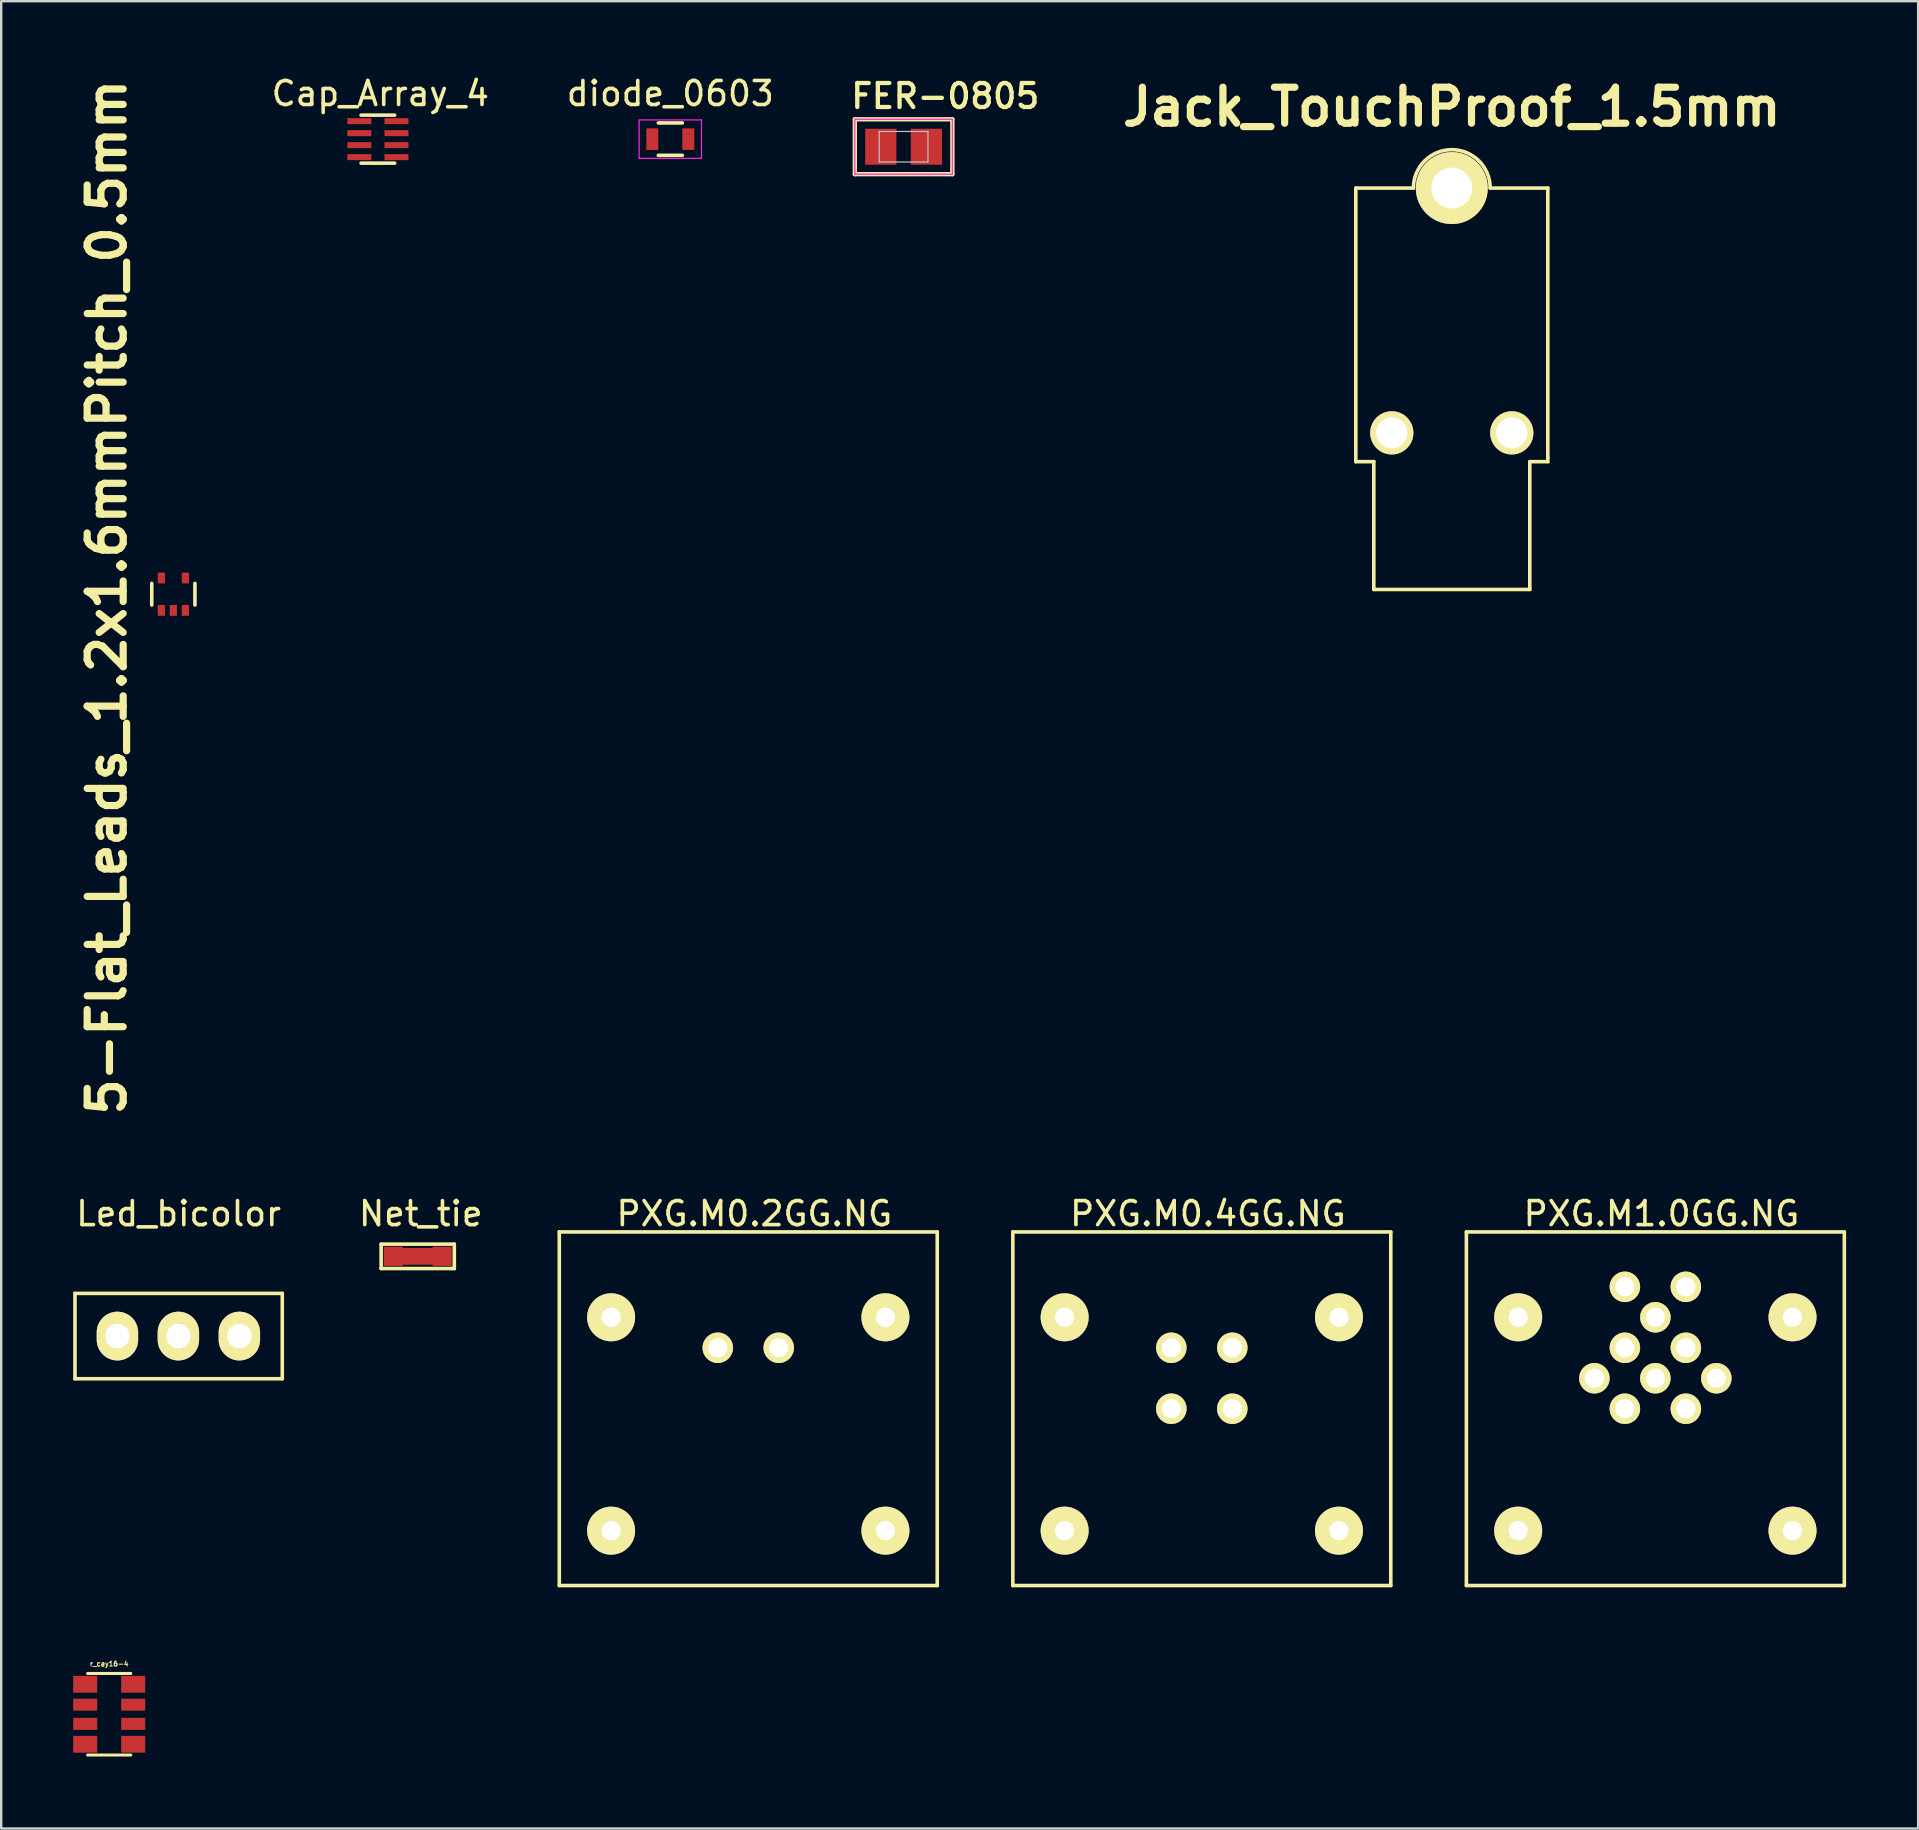
<source format=kicad_pcb>
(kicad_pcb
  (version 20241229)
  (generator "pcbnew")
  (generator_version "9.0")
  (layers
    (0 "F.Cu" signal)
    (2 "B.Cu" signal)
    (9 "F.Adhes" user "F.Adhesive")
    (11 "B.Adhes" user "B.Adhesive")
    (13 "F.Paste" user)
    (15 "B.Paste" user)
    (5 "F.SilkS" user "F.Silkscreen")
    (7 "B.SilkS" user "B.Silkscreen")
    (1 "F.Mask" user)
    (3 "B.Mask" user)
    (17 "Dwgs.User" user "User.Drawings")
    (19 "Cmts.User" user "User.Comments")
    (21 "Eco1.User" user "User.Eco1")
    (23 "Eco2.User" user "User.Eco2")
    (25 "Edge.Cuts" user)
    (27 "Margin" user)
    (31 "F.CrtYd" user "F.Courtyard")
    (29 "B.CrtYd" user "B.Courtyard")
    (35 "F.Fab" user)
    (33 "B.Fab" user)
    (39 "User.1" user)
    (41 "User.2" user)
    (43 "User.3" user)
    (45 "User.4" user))
  (footprint "Jack_TouchProof_1.5mm"
    (layer "F.Cu")
    (at 57.442 9.786)
    (property "Reference" "Jack_TouchProof_1.5mm" (at 0 -8.382 0) (layer "F.SilkS") (effects (font (size 1.5 1.5) (thickness 0.3))))
    (attr through_hole)
    (fp_line (start -4 -5) (end -4 6.4) (stroke (width 0.15) (type solid)) (layer "F.SilkS"))
    (fp_line (start -4 -5) (end -1.6 -5) (stroke (width 0.15) (type solid)) (layer "F.SilkS"))
    (fp_line (start -3.25 6.4) (end -4 6.4) (stroke (width 0.15) (type solid)) (layer "F.SilkS"))
    (fp_line (start -3.25 6.4) (end -3.25 11.725) (stroke (width 0.15) (type solid)) (layer "F.SilkS"))
    (fp_line (start 3.25 6.4) (end 3.25 11.725) (stroke (width 0.15) (type solid)) (layer "F.SilkS"))
    (fp_line (start 3.25 11.725) (end -3.25 11.725) (stroke (width 0.15) (type solid)) (layer "F.SilkS"))
    (fp_line (start 4 -5) (end 1.6 -5) (stroke (width 0.15) (type solid)) (layer "F.SilkS"))
    (fp_line (start 4 -5) (end 4 6.25) (stroke (width 0.15) (type solid)) (layer "F.SilkS"))
    (fp_line (start 4 6.25) (end 4 6.4) (stroke (width 0.15) (type solid)) (layer "F.SilkS"))
    (fp_line (start 4 6.4) (end 3.25 6.4) (stroke (width 0.15) (type solid)) (layer "F.SilkS"))
    (fp_arc (start -1.6 -5) (mid 0 -6.6) (end 1.6 -5) (stroke (width 0.15) (type solid)) (layer "F.SilkS"))
    (pad "1" thru_hole circle (at 0 -5) (size 3 3) (drill 1.7) (layers "*.Cu" "*.Mask" "F.SilkS"))
    (pad "2" thru_hole circle (at -2.5 5.2) (size 1.8 1.8) (drill 1.3) (layers "*.Cu" "*.Mask" "F.SilkS"))
    (pad "2" thru_hole circle (at 2.5 5.2) (size 1.8 1.8) (drill 1.3) (layers "*.Cu" "*.Mask" "F.SilkS")))
  (footprint "diode_0603"
    (layer "F.Cu")
    (at 24.88 2.748)
    (property "Reference" "diode_0603" (at 0 -1.9 0) (layer "F.SilkS") (effects (font (size 1 1) (thickness 0.15))))
    (attr smd)
    (fp_line (start -0.5 -0.675) (end 0.5 -0.675) (stroke (width 0.15) (type solid)) (layer "F.SilkS"))
    (fp_line (start 0.5 0.675) (end -0.5 0.675) (stroke (width 0.15) (type solid)) (layer "F.SilkS"))
    (fp_line (start -1.3 -0.8) (end -1.3 0.8) (stroke (width 0.05) (type solid)) (layer "F.CrtYd"))
    (fp_line (start -1.3 -0.8) (end 1.3 -0.8) (stroke (width 0.05) (type solid)) (layer "F.CrtYd"))
    (fp_line (start -1.3 0.8) (end 1.3 0.8) (stroke (width 0.05) (type solid)) (layer "F.CrtYd"))
    (fp_line (start 1.3 -0.8) (end 1.3 0.8) (stroke (width 0.05) (type solid)) (layer "F.CrtYd"))
    (pad "A" smd rect (at 0.75 0) (size 0.5 0.9) (layers "F.Cu" "F.Mask" "F.Paste"))
    (pad "C" smd rect (at -0.75 0) (size 0.5 0.9) (layers "F.Cu" "F.Mask" "F.Paste")))
  (footprint "Net_tie"
    (layer "F.Cu")
    (at 14.355 49.298)
    (property "Reference" "Net_tie" (at 0.127 -1.778 0) (layer "F.SilkS") (effects (font (size 1 1) (thickness 0.15))))
    (attr through_hole)
    (fp_line (start -1.016 0) (end 1.016 0) (stroke (width 0.7) (type solid)) (layer "F.Cu"))
    (fp_line (start -1.524 -0.508) (end -1.524 0.508) (stroke (width 0.15) (type solid)) (layer "F.SilkS"))
    (fp_line (start -1.524 0.508) (end 1.397 0.508) (stroke (width 0.15) (type solid)) (layer "F.SilkS"))
    (fp_line (start 1.397 0.508) (end 1.524 0.508) (stroke (width 0.15) (type solid)) (layer "F.SilkS"))
    (fp_line (start 1.524 -0.508) (end -1.524 -0.508) (stroke (width 0.15) (type solid)) (layer "F.SilkS"))
    (fp_line (start 1.524 0.508) (end 1.524 -0.508) (stroke (width 0.15) (type solid)) (layer "F.SilkS"))
    (pad "1" smd rect (at -1.016 0) (size 0.8 0.8) (layers "F.Cu" "F.Mask" "F.Paste"))
    (pad "2" smd rect (at 1.016 0) (size 0.8 0.8) (layers "F.Cu" "F.Mask" "F.Paste")))
  (footprint "r_cay16-4"
    (layer "F.Cu")
    (at 1.5 68.378)
    (property "Reference" "r_cay16-4" (at 0 -2.101 0) (layer "F.SilkS") (effects (font (size 0.201 0.201) (thickness 0.041))))
    (attr through_hole)
    (fp_line (start -0.899 -1.699) (end 0.899 -1.699) (stroke (width 0.127) (type solid)) (layer "F.SilkS"))
    (fp_line (start -0.899 1.699) (end 0.899 1.699) (stroke (width 0.127) (type solid)) (layer "F.SilkS"))
    (pad "1" smd rect (at 1 1.25) (size 1 0.7) (layers "F.Cu" "F.Mask" "F.Paste"))
    (pad "2" smd rect (at 1 0.4) (size 1 0.5) (layers "F.Cu" "F.Mask" "F.Paste"))
    (pad "3" smd rect (at 1 -0.4) (size 1 0.5) (layers "F.Cu" "F.Mask" "F.Paste"))
    (pad "4" smd rect (at 1 -1.25) (size 1 0.7) (layers "F.Cu" "F.Mask" "F.Paste"))
    (pad "5" smd rect (at -1 -1.25) (size 1 0.7) (layers "F.Cu" "F.Mask" "F.Paste"))
    (pad "6" smd rect (at -1 -0.4) (size 1 0.5) (layers "F.Cu" "F.Mask" "F.Paste"))
    (pad "7" smd rect (at -1 0.4) (size 1 0.5) (layers "F.Cu" "F.Mask" "F.Paste"))
    (pad "8" smd rect (at -1 1.25) (size 1 0.7) (layers "F.Cu" "F.Mask" "F.Paste")))
  (footprint "PXG.M1.0GG.NG"
    (layer "F.Cu")
    (at 65.924 56.283)
    (property "Reference" "PXG.M1.0GG.NG" (at 0.254 -8.763 0) (layer "F.SilkS") (effects (font (size 1 1) (thickness 0.15))))
    (attr through_hole)
    (fp_line (start -7.874 -8.001) (end 7.874 -8.001) (stroke (width 0.15) (type solid)) (layer "F.SilkS"))
    (fp_line (start -7.874 6.731) (end -7.874 -8.001) (stroke (width 0.15) (type solid)) (layer "F.SilkS"))
    (fp_line (start 7.874 -8.001) (end 7.874 6.731) (stroke (width 0.15) (type solid)) (layer "F.SilkS"))
    (fp_line (start 7.874 6.731) (end -7.874 6.731) (stroke (width 0.15) (type solid)) (layer "F.SilkS"))
    (pad "1" thru_hole circle (at -1.27 -5.715) (size 1.27 1.27) (drill 0.8) (layers "*.Cu" "*.Mask" "F.SilkS"))
    (pad "2" thru_hole circle (at -1.27 -3.175) (size 1.27 1.27) (drill 0.8) (layers "*.Cu" "*.Mask" "F.SilkS"))
    (pad "3" thru_hole circle (at -2.54 -1.905) (size 1.27 1.27) (drill 0.8) (layers "*.Cu" "*.Mask" "F.SilkS"))
    (pad "4" thru_hole circle (at -1.27 -0.635) (size 1.27 1.27) (drill 0.8) (layers "*.Cu" "*.Mask" "F.SilkS"))
    (pad "5" thru_hole circle (at 1.27 -0.635) (size 1.27 1.27) (drill 0.8) (layers "*.Cu" "*.Mask" "F.SilkS"))
    (pad "6" thru_hole circle (at 2.54 -1.905) (size 1.27 1.27) (drill 0.8) (layers "*.Cu" "*.Mask" "F.SilkS"))
    (pad "7" thru_hole circle (at 1.27 -3.175) (size 1.27 1.27) (drill 0.8) (layers "*.Cu" "*.Mask" "F.SilkS"))
    (pad "8" thru_hole circle (at 1.27 -5.715) (size 1.27 1.27) (drill 0.8) (layers "*.Cu" "*.Mask" "F.SilkS"))
    (pad "9" thru_hole circle (at 0 -4.445) (size 1.27 1.27) (drill 0.8) (layers "*.Cu" "*.Mask" "F.SilkS"))
    (pad "10" thru_hole circle (at 0 -1.905) (size 1.27 1.27) (drill 0.8) (layers "*.Cu" "*.Mask" "F.SilkS"))
    (pad "11" thru_hole circle (at -5.715 -4.445) (size 2 2) (drill 0.8) (layers "*.Cu" "*.Mask" "F.SilkS"))
    (pad "11" thru_hole circle (at -5.715 4.445) (size 2 2) (drill 0.8) (layers "*.Cu" "*.Mask" "F.SilkS"))
    (pad "11" thru_hole circle (at 5.715 -4.445) (size 2 2) (drill 0.8) (layers "*.Cu" "*.Mask" "F.SilkS"))
    (pad "11" thru_hole circle (at 5.715 4.445) (size 2 2) (drill 0.8) (layers "*.Cu" "*.Mask" "F.SilkS")))
  (footprint "FER-0805"
    (layer "F.Cu")
    (at 34.6 3.064)
    (property "Reference" "FER-0805" (at -2.286 -1.524 0) (layer "F.SilkS") (effects (font (size 1 1) (thickness 0.18)) (justify left bottom)))
    (attr through_hole)
    (fp_line (start -2.032 -1.143) (end -2.032 1.143) (stroke (width 0.18) (type solid)) (layer "F.SilkS"))
    (fp_line (start -2.032 1.143) (end 2.032 1.143) (stroke (width 0.18) (type solid)) (layer "F.SilkS"))
    (fp_line (start 2.032 -1.143) (end -2.032 -1.143) (stroke (width 0.18) (type solid)) (layer "F.SilkS"))
    (fp_line (start 2.032 1.143) (end 2.032 -1.143) (stroke (width 0.18) (type solid)) (layer "F.SilkS"))
    (fp_line (start -1.016 -0.635) (end 1.016 -0.635) (stroke (width 0.05) (type solid)) (layer "Dwgs.User"))
    (fp_line (start -1.016 0.635) (end -1.016 -0.635) (stroke (width 0.05) (type solid)) (layer "Dwgs.User"))
    (fp_line (start 1.016 -0.635) (end 1.016 0.635) (stroke (width 0.05) (type solid)) (layer "Dwgs.User"))
    (fp_line (start 1.016 0.635) (end -1.016 0.635) (stroke (width 0.05) (type solid)) (layer "Dwgs.User"))
    (fp_line (start -2.032 -1.143) (end 2.032 -1.143) (stroke (width 0.05) (type solid)) (layer "F.CrtYd"))
    (fp_line (start -2.032 1.143) (end -2.032 -1.143) (stroke (width 0.05) (type solid)) (layer "F.CrtYd"))
    (fp_line (start 2.032 -1.143) (end 2.032 1.143) (stroke (width 0.05) (type solid)) (layer "F.CrtYd"))
    (fp_line (start 2.032 1.143) (end -2.032 1.143) (stroke (width 0.05) (type solid)) (layer "F.CrtYd"))
    (pad "1" smd rect (at -0.95 0) (size 1.3 1.5) (layers "F.Cu" "F.Mask" "F.Paste"))
    (pad "2" smd rect (at 0.95 0) (size 1.3 1.5) (layers "F.Cu" "F.Mask" "F.Paste")))
  (footprint "Led_bicolor"
    (layer "F.Cu")
    (at 4.393 52.62)
    (property "Reference" "Led_bicolor" (at 0 -5.1 0) (layer "F.SilkS") (effects (font (size 1 1) (thickness 0.15))))
    (attr through_hole)
    (fp_line (start -4.318 -1.778) (end -4.318 1.778) (stroke (width 0.15) (type solid)) (layer "F.SilkS"))
    (fp_line (start -4.318 1.778) (end 4.318 1.778) (stroke (width 0.15) (type solid)) (layer "F.SilkS"))
    (fp_line (start 4.318 -1.778) (end -4.318 -1.778) (stroke (width 0.15) (type solid)) (layer "F.SilkS"))
    (fp_line (start 4.318 1.778) (end 4.318 -1.778) (stroke (width 0.15) (type solid)) (layer "F.SilkS"))
    (pad "1" thru_hole oval (at -2.55 0) (size 1.727 2.032) (drill 1.016) (layers "*.Cu" "*.Mask" "F.SilkS"))
    (pad "2" thru_hole oval (at -0.01 0) (size 1.727 2.032) (drill 1.016) (layers "*.Cu" "*.Mask" "F.SilkS"))
    (pad "3" thru_hole oval (at 2.53 0) (size 1.727 2.032) (drill 1.016) (layers "*.Cu" "*.Mask" "F.SilkS")))
  (footprint "PXG.M0.2GG.NG"
    (layer "F.Cu")
    (at 28.128 56.283)
    (property "Reference" "PXG.M0.2GG.NG" (at 0.254 -8.763 0) (layer "F.SilkS") (effects (font (size 1 1) (thickness 0.15))))
    (attr through_hole)
    (fp_line (start -7.874 -8.001) (end 7.874 -8.001) (stroke (width 0.15) (type solid)) (layer "F.SilkS"))
    (fp_line (start -7.874 6.731) (end -7.874 -8.001) (stroke (width 0.15) (type solid)) (layer "F.SilkS"))
    (fp_line (start 7.874 -8.001) (end 7.874 6.731) (stroke (width 0.15) (type solid)) (layer "F.SilkS"))
    (fp_line (start 7.874 6.731) (end -7.874 6.731) (stroke (width 0.15) (type solid)) (layer "F.SilkS"))
    (pad "1" thru_hole circle (at -1.27 -3.175) (size 1.27 1.27) (drill 0.8) (layers "*.Cu" "*.Mask" "F.SilkS"))
    (pad "2" thru_hole circle (at 1.27 -3.175) (size 1.27 1.27) (drill 0.8) (layers "*.Cu" "*.Mask" "F.SilkS"))
    (pad "3" thru_hole circle (at -5.715 -4.445) (size 2 2) (drill 0.8) (layers "*.Cu" "*.Mask" "F.SilkS"))
    (pad "3" thru_hole circle (at -5.715 4.445) (size 2 2) (drill 0.8) (layers "*.Cu" "*.Mask" "F.SilkS"))
    (pad "3" thru_hole circle (at 5.715 -4.445) (size 2 2) (drill 0.8) (layers "*.Cu" "*.Mask" "F.SilkS"))
    (pad "3" thru_hole circle (at 5.715 4.445) (size 2 2) (drill 0.8) (layers "*.Cu" "*.Mask" "F.SilkS")))
  (footprint "PXG.M0.4GG.NG"
    (layer "F.Cu")
    (at 47.026 56.283)
    (property "Reference" "PXG.M0.4GG.NG" (at 0.254 -8.763 0) (layer "F.SilkS") (effects (font (size 1 1) (thickness 0.15))))
    (attr through_hole)
    (fp_line (start -7.874 -8.001) (end 7.874 -8.001) (stroke (width 0.15) (type solid)) (layer "F.SilkS"))
    (fp_line (start -7.874 6.731) (end -7.874 -8.001) (stroke (width 0.15) (type solid)) (layer "F.SilkS"))
    (fp_line (start 7.874 -8.001) (end 7.874 6.731) (stroke (width 0.15) (type solid)) (layer "F.SilkS"))
    (fp_line (start 7.874 6.731) (end -7.874 6.731) (stroke (width 0.15) (type solid)) (layer "F.SilkS"))
    (pad "1" thru_hole circle (at -1.27 -3.175) (size 1.27 1.27) (drill 0.8) (layers "*.Cu" "*.Mask" "F.SilkS"))
    (pad "2" thru_hole circle (at -1.27 -0.635) (size 1.27 1.27) (drill 0.8) (layers "*.Cu" "*.Mask" "F.SilkS"))
    (pad "3" thru_hole circle (at 1.27 -0.635) (size 1.27 1.27) (drill 0.8) (layers "*.Cu" "*.Mask" "F.SilkS"))
    (pad "4" thru_hole circle (at 1.27 -3.175) (size 1.27 1.27) (drill 0.8) (layers "*.Cu" "*.Mask" "F.SilkS"))
    (pad "5" thru_hole circle (at -5.715 -4.445) (size 2 2) (drill 0.8) (layers "*.Cu" "*.Mask" "F.SilkS"))
    (pad "5" thru_hole circle (at -5.715 4.445) (size 2 2) (drill 0.8) (layers "*.Cu" "*.Mask" "F.SilkS"))
    (pad "5" thru_hole circle (at 5.715 -4.445) (size 2 2) (drill 0.8) (layers "*.Cu" "*.Mask" "F.SilkS"))
    (pad "5" thru_hole circle (at 5.715 4.445) (size 2 2) (drill 0.8) (layers "*.Cu" "*.Mask" "F.SilkS")))
  (footprint "5-Flat_Leads_1.2x1.6mmPitch_0.5mm"
    (layer "F.Cu")
    (at 4.173 21.709)
    (property "Reference" "5-Flat_Leads_1.2x1.6mmPitch_0.5mm" (at -2.769 0.127 270) (layer "F.SilkS") (effects (font (size 1.5 1.5) (thickness 0.3))))
    (attr through_hole)
    (fp_line (start -0.9 -0.45) (end -0.9 0.45) (stroke (width 0.15) (type solid)) (layer "F.SilkS"))
    (fp_line (start 0.9 -0.45) (end 0.9 0.45) (stroke (width 0.15) (type solid)) (layer "F.SilkS"))
    (pad "1" smd rect (at -0.5 0.675) (size 0.3 0.45) (layers "F.Cu" "F.Mask" "F.Paste"))
    (pad "2" smd rect (at 0 0.675) (size 0.3 0.45) (layers "F.Cu" "F.Mask" "F.Paste"))
    (pad "3" smd rect (at 0.5 0.675) (size 0.3 0.45) (layers "F.Cu" "F.Mask" "F.Paste"))
    (pad "4" smd rect (at 0.5 -0.675) (size 0.3 0.45) (layers "F.Cu" "F.Mask" "F.Paste"))
    (pad "5" smd rect (at -0.5 -0.675) (size 0.3 0.45) (layers "F.Cu" "F.Mask" "F.Paste")))
  (footprint "Cap_Array_4"
    (layer "F.Cu")
    (at 12.696 2.748)
    (property "Reference" "Cap_Array_4" (at 0.1 -1.9 0) (layer "F.SilkS") (effects (font (size 1 1) (thickness 0.15))))
    (attr through_hole)
    (fp_line (start -0.7 1) (end 0.7 1) (stroke (width 0.15) (type solid)) (layer "F.SilkS"))
    (fp_line (start 0.7 -1) (end -0.7 -1) (stroke (width 0.15) (type solid)) (layer "F.SilkS"))
    (pad "1" smd rect (at -0.775 -0.75) (size 1 0.25) (layers "F.Cu" "F.Mask" "F.Paste"))
    (pad "2" smd rect (at -0.775 -0.25) (size 1 0.25) (layers "F.Cu" "F.Mask" "F.Paste"))
    (pad "3" smd rect (at -0.775 0.25) (size 1 0.25) (layers "F.Cu" "F.Mask" "F.Paste"))
    (pad "4" smd rect (at -0.775 0.75) (size 1 0.25) (layers "F.Cu" "F.Mask" "F.Paste"))
    (pad "5" smd rect (at 0.775 0.75) (size 1 0.25) (layers "F.Cu" "F.Mask" "F.Paste"))
    (pad "6" smd rect (at 0.775 0.25) (size 1 0.25) (layers "F.Cu" "F.Mask" "F.Paste"))
    (pad "7" smd rect (at 0.775 -0.25) (size 1 0.25) (layers "F.Cu" "F.Mask" "F.Paste"))
    (pad "8" smd rect (at 0.775 -0.75) (size 1 0.25) (layers "F.Cu" "F.Mask" "F.Paste")))
  (gr_rect
    (start -3 -3)
    (end 76.873 73.141)
    (stroke (width 0.1) (type default))
    (fill no)
    (layer "Edge.Cuts")))
</source>
